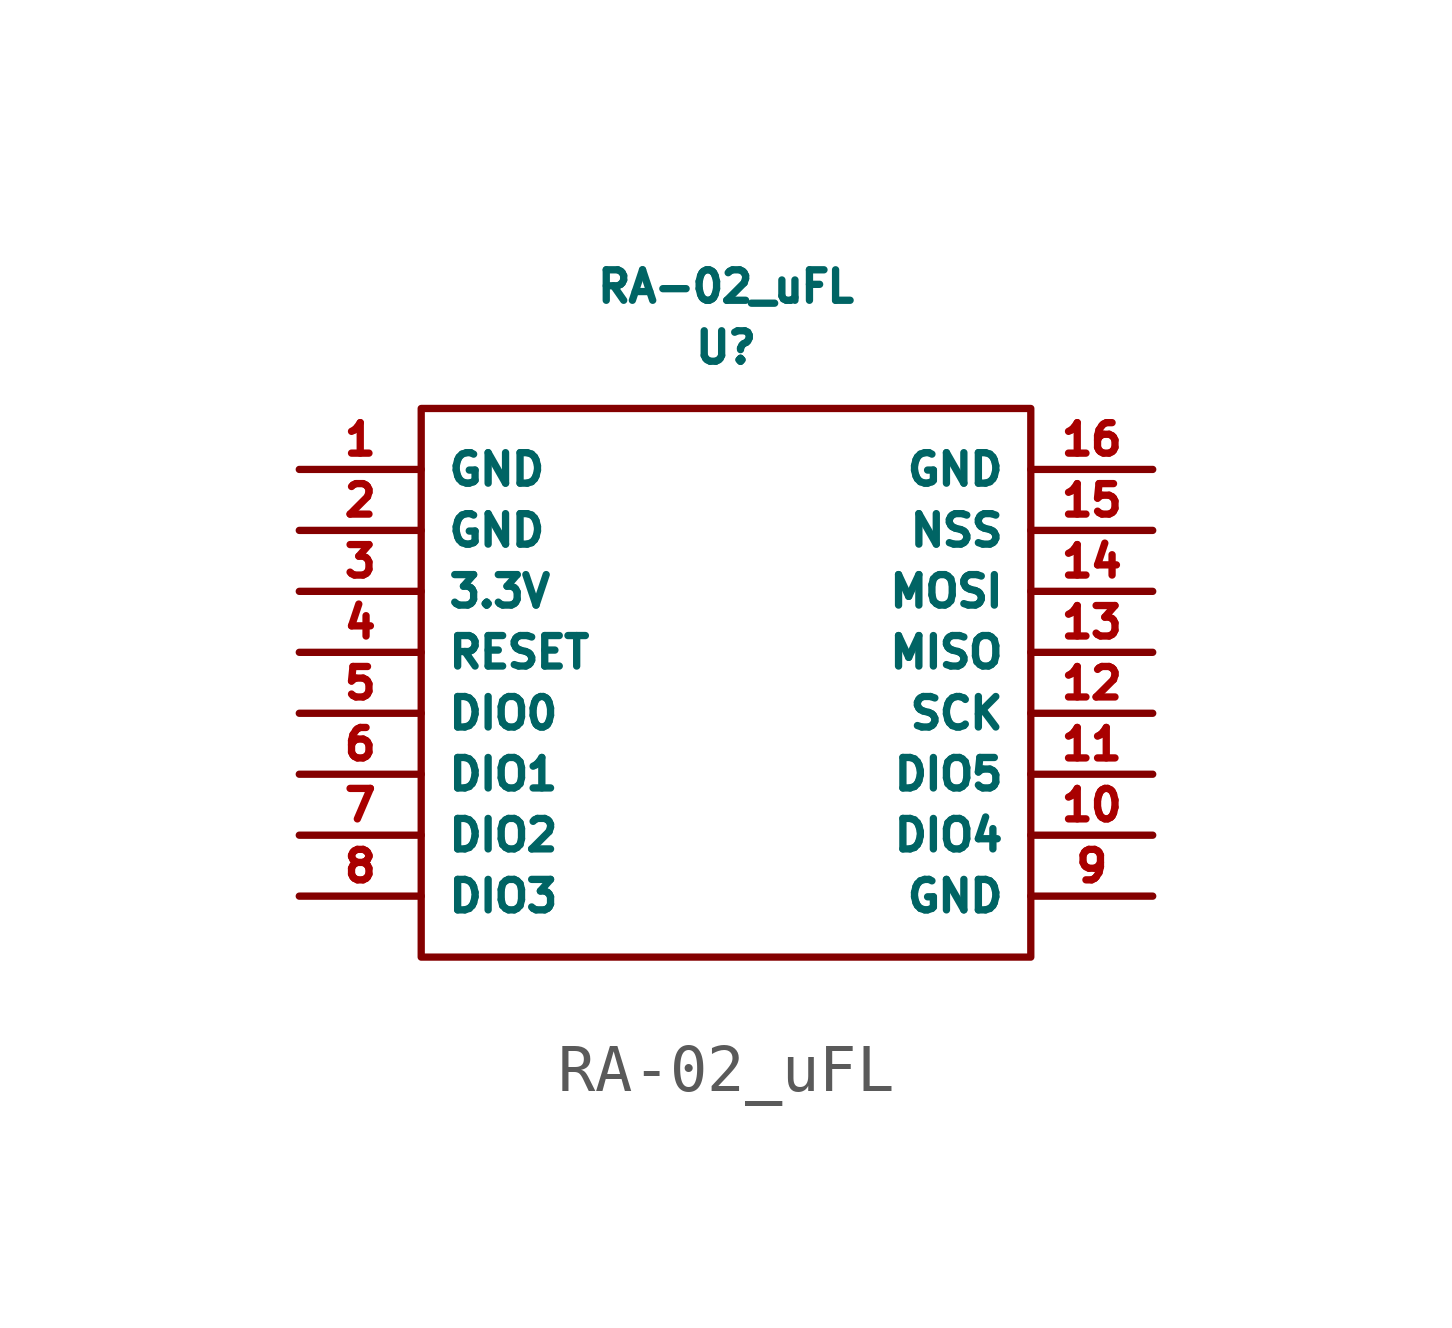
<source format=kicad_sym>
(kicad_symbol_lib
  (version 20211014)
  (generator kicad_symbol_editor)
  (symbol "RA-02_uFL"
    (property "Reference" "U"
      (at 0 7.62 0)
      (effects (font (size 0.635 0.635))))
    (property "Value" "RA-02_uFL"
      (at 0 8.89 0)
      (effects (font (size 0.635 0.635))))
    (symbol "RA-02_uFL_0_1"
      (rectangle (start -6.35 6.35) (end 6.35 -5.08) (stroke (width 0.152) (type default) (color 0 0 0 0)) (fill (type none))))
    (symbol "RA-02_uFL_1_1"
      (pin power_in line (at -8.89 5.08 0) (length 2.54) (name "GND" (effects (font (size 0.635 0.635)))) (number "1" (effects (font (size 0.635 0.635)))))
      (pin bidirectional line (at 8.89 -2.54 180) (length 2.54) (name "DIO4" (effects (font (size 0.635 0.635)))) (number "10" (effects (font (size 0.635 0.635)))))
      (pin bidirectional line (at 8.89 -1.27 180) (length 2.54) (name "DIO5" (effects (font (size 0.635 0.635)))) (number "11" (effects (font (size 0.635 0.635)))))
      (pin input line (at 8.89 0 180) (length 2.54) (name "SCK" (effects (font (size 0.635 0.635)))) (number "12" (effects (font (size 0.635 0.635)))))
      (pin output line (at 8.89 1.27 180) (length 2.54) (name "MISO" (effects (font (size 0.635 0.635)))) (number "13" (effects (font (size 0.635 0.635)))))
      (pin input line (at 8.89 2.54 180) (length 2.54) (name "MOSI" (effects (font (size 0.635 0.635)))) (number "14" (effects (font (size 0.635 0.635)))))
      (pin input line (at 8.89 3.81 180) (length 2.54) (name "NSS" (effects (font (size 0.635 0.635)))) (number "15" (effects (font (size 0.635 0.635)))))
      (pin power_in line (at 8.89 5.08 180) (length 2.54) (name "GND" (effects (font (size 0.635 0.635)))) (number "16" (effects (font (size 0.635 0.635)))))
      (pin power_in line (at -8.89 3.81 0) (length 2.54) (name "GND" (effects (font (size 0.635 0.635)))) (number "2" (effects (font (size 0.635 0.635)))))
      (pin power_in line (at -8.89 2.54 0) (length 2.54) (name "3.3V" (effects (font (size 0.635 0.635)))) (number "3" (effects (font (size 0.635 0.635)))))
      (pin input line (at -8.89 1.27 0) (length 2.54) (name "RESET" (effects (font (size 0.635 0.635)))) (number "4" (effects (font (size 0.635 0.635)))))
      (pin bidirectional line (at -8.89 0 0) (length 2.54) (name "DIO0" (effects (font (size 0.635 0.635)))) (number "5" (effects (font (size 0.635 0.635)))))
      (pin bidirectional line (at -8.89 -1.27 0) (length 2.54) (name "DIO1" (effects (font (size 0.635 0.635)))) (number "6" (effects (font (size 0.635 0.635)))))
      (pin bidirectional line (at -8.89 -2.54 0) (length 2.54) (name "DIO2" (effects (font (size 0.635 0.635)))) (number "7" (effects (font (size 0.635 0.635)))))
      (pin bidirectional line (at -8.89 -3.81 0) (length 2.54) (name "DIO3" (effects (font (size 0.635 0.635)))) (number "8" (effects (font (size 0.635 0.635)))))
      (pin power_in line (at 8.89 -3.81 180) (length 2.54) (name "GND" (effects (font (size 0.635 0.635)))) (number "9" (effects (font (size 0.635 0.635))))))))
</source>
